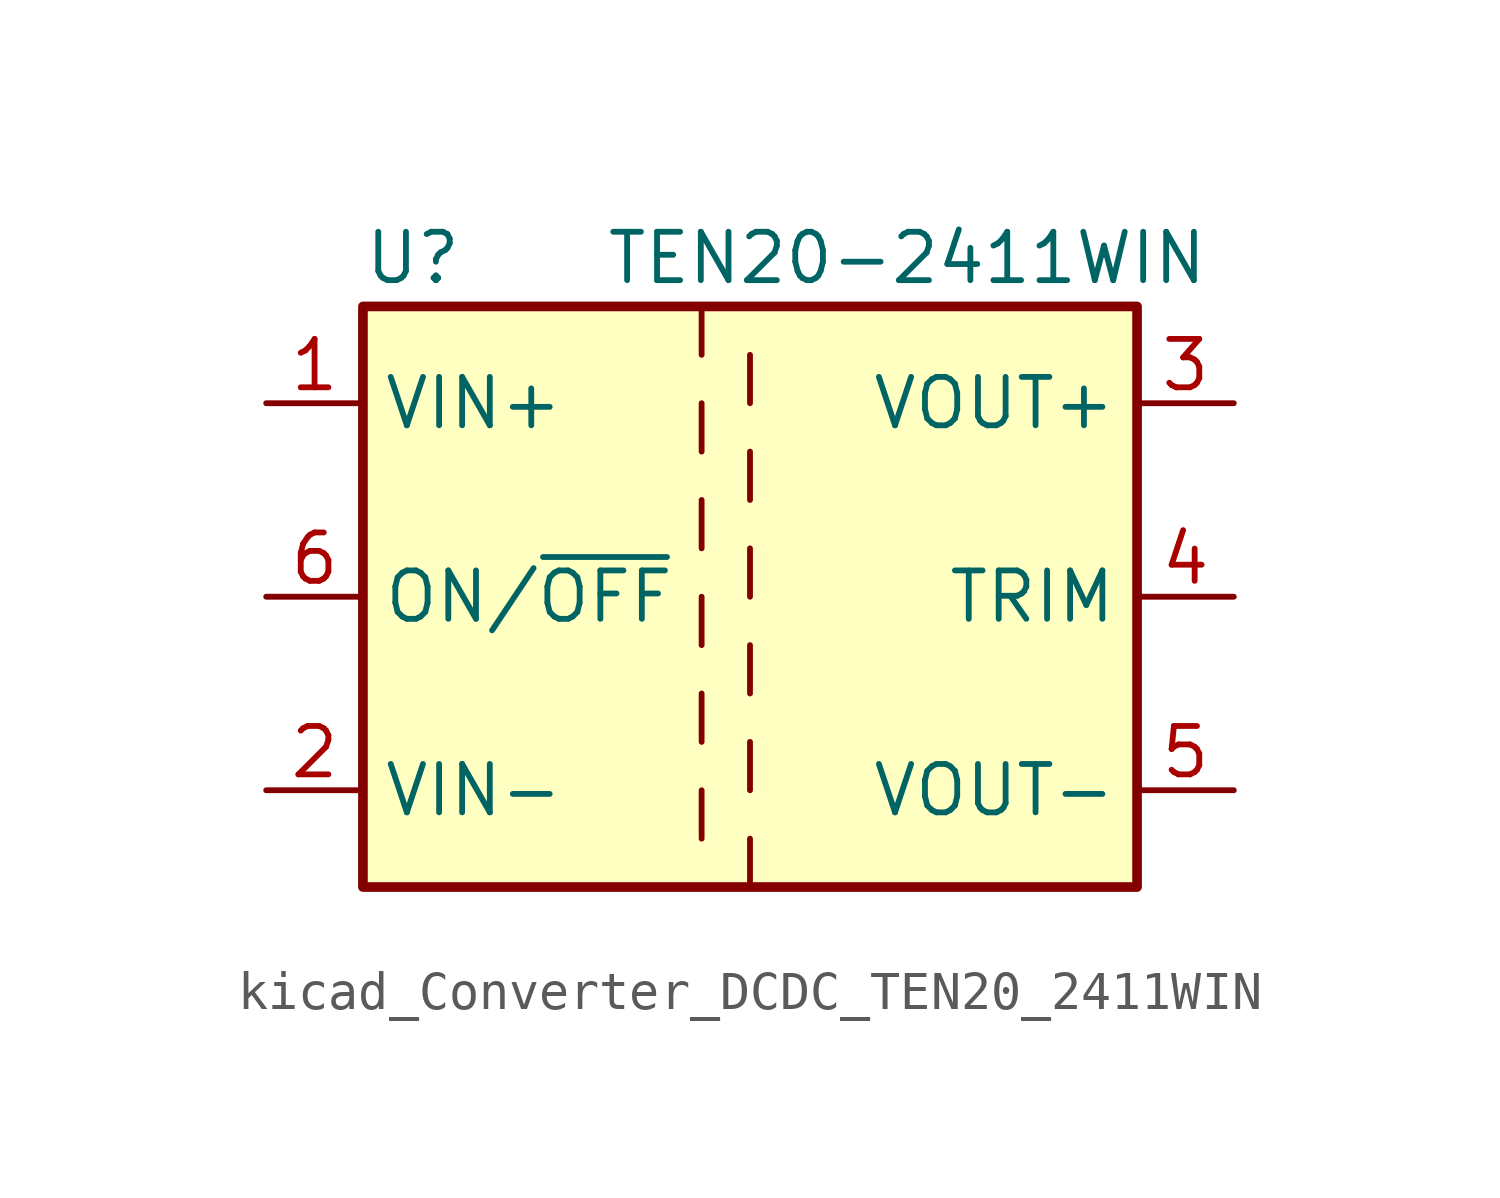
<source format=kicad_sym>
(kicad_symbol_lib
  (version 20220914)
  (generator kicad_symbol_editor)
  (symbol "kicad_Converter_DCDC_TEN20_2411WIN"
    (property "Reference" "U"
      (at -10.16 8.89 0)
      (effects (font (size 1.27 1.27)) (justify left)))
    (property "Value" "TEN20-2411WIN"
      (at -3.81 8.89 0)
      (effects (font (size 1.27 1.27)) (justify left)))
    (symbol "kicad_Converter_DCDC_TEN20_2411WIN_0_1"
      (rectangle (start -10.16 7.62) (end 10.16 -7.62) (stroke (width 0.254) (type default)) (fill (type background)))
      (polyline (pts (xy -1.27 -5.08) (xy -1.27 -6.35)) (stroke (width 0) (type default)) (fill (type none)))
      (polyline (pts (xy -1.27 -2.54) (xy -1.27 -3.81)) (stroke (width 0) (type default)) (fill (type none)))
      (polyline (pts (xy -1.27 0) (xy -1.27 -1.27)) (stroke (width 0) (type default)) (fill (type none)))
      (polyline (pts (xy -1.27 2.54) (xy -1.27 1.27)) (stroke (width 0) (type default)) (fill (type none)))
      (polyline (pts (xy -1.27 5.08) (xy -1.27 3.81)) (stroke (width 0) (type default)) (fill (type none)))
      (polyline (pts (xy -1.27 7.62) (xy -1.27 6.35)) (stroke (width 0) (type default)) (fill (type none)))
      (polyline (pts (xy 0 -7.62) (xy 0 -6.35)) (stroke (width 0) (type default)) (fill (type none)))
      (polyline (pts (xy 0 -5.08) (xy 0 -3.81)) (stroke (width 0) (type default)) (fill (type none)))
      (polyline (pts (xy 0 -1.27) (xy 0 -2.54)) (stroke (width 0) (type default)) (fill (type none)))
      (polyline (pts (xy 0 0) (xy 0 1.27)) (stroke (width 0) (type default)) (fill (type none)))
      (polyline (pts (xy 0 2.54) (xy 0 3.81)) (stroke (width 0) (type default)) (fill (type none)))
      (polyline (pts (xy 0 5.08) (xy 0 6.35)) (stroke (width 0) (type default)) (fill (type none))))
    (symbol "kicad_Converter_DCDC_TEN20_2411WIN_1_1"
      (pin power_in line (at -12.7 5.08 0) (length 2.54) (name "VIN+" (effects (font (size 1.27 1.27)))) (number "1" (effects (font (size 1.27 1.27)))))
      (pin power_in line (at -12.7 -5.08 0) (length 2.54) (name "VIN-" (effects (font (size 1.27 1.27)))) (number "2" (effects (font (size 1.27 1.27)))))
      (pin power_out line (at 12.7 5.08 180) (length 2.54) (name "VOUT+" (effects (font (size 1.27 1.27)))) (number "3" (effects (font (size 1.27 1.27)))))
      (pin passive line (at 12.7 0 180) (length 2.54) (name "TRIM" (effects (font (size 1.27 1.27)))) (number "4" (effects (font (size 1.27 1.27)))))
      (pin power_out line (at 12.7 -5.08 180) (length 2.54) (name "VOUT-" (effects (font (size 1.27 1.27)))) (number "5" (effects (font (size 1.27 1.27)))))
      (pin input line (at -12.7 0 0) (length 2.54) (name "ON/~{OFF}" (effects (font (size 1.27 1.27)))) (number "6" (effects (font (size 1.27 1.27))))))))
</source>
